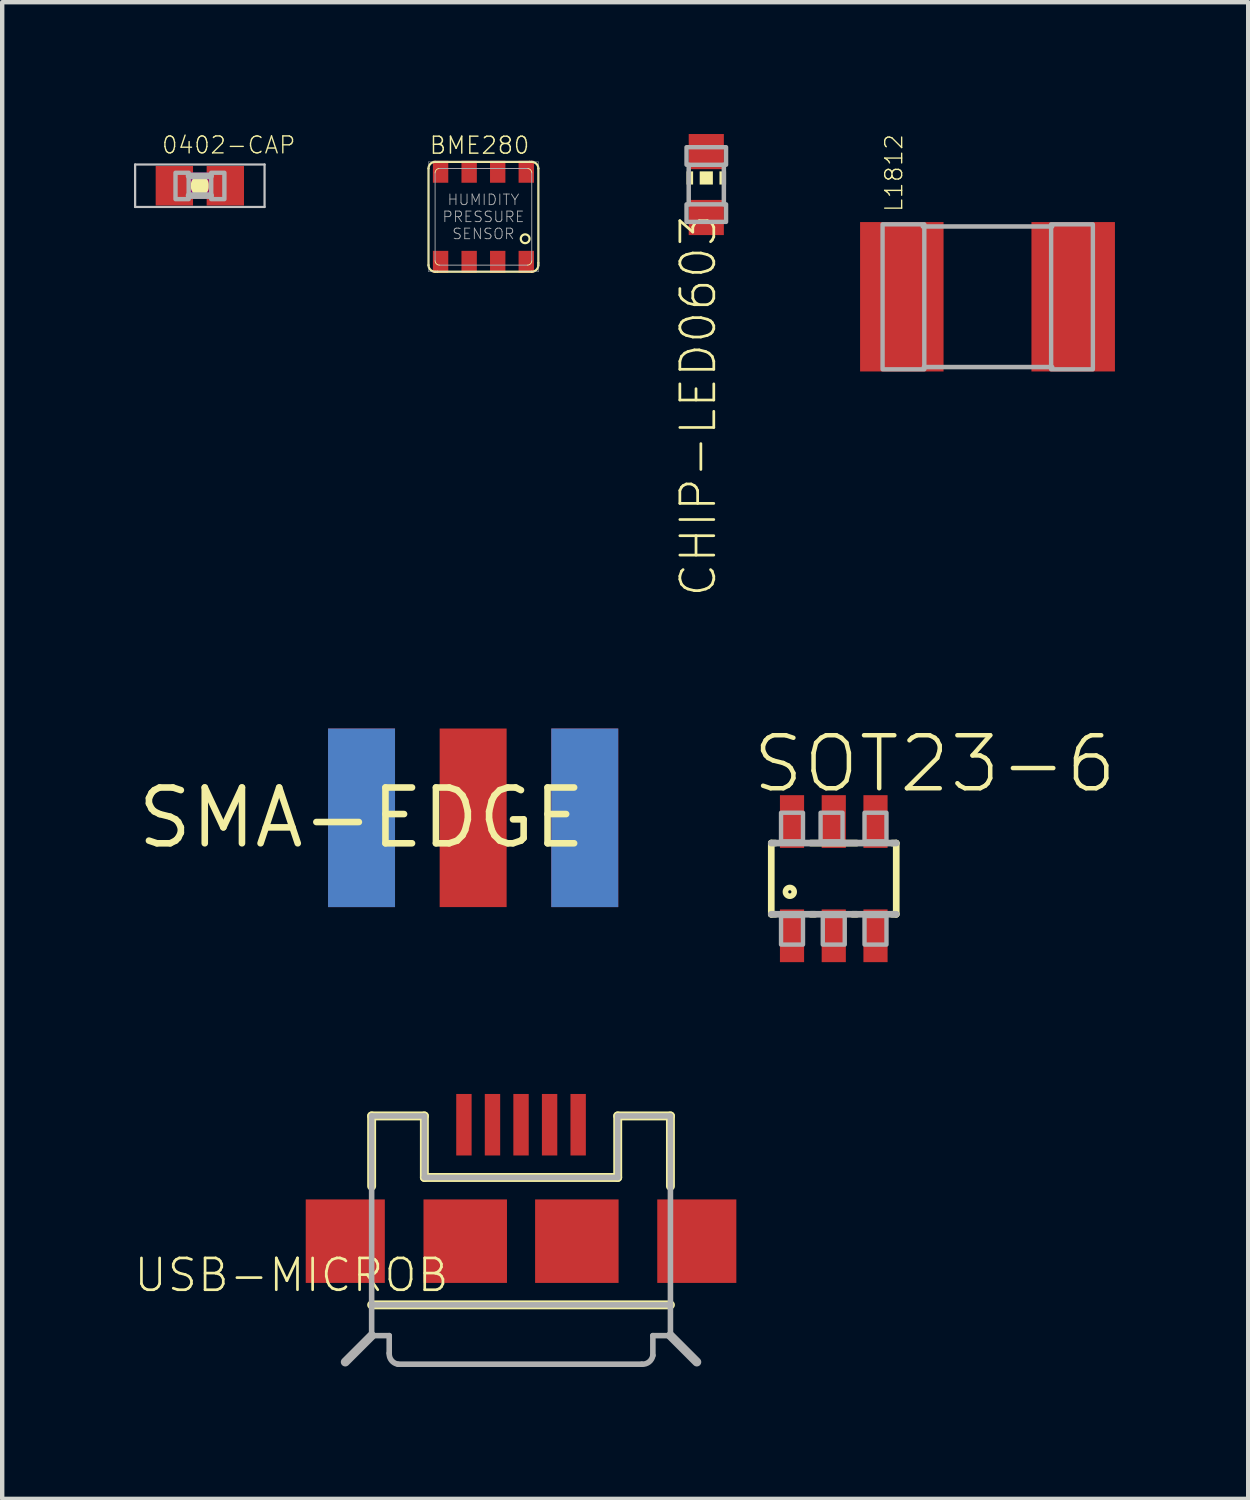
<source format=kicad_pcb>
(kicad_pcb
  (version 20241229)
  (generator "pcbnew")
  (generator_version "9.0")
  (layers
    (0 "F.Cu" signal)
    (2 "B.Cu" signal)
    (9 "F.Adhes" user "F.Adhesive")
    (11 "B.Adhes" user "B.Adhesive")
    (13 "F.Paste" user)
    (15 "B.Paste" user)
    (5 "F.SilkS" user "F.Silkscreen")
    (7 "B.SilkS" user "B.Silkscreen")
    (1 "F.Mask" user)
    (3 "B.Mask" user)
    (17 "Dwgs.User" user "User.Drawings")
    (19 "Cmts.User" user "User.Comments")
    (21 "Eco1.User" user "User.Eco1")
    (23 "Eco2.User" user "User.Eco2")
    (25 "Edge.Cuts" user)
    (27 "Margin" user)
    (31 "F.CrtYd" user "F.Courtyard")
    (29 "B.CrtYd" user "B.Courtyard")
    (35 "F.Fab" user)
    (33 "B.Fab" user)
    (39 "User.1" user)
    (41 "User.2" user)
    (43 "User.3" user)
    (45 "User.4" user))
  (footprint "SOT23-6"
    (layer "F.Cu")
    (at 15.925 16.947)
    (property "Reference" "SOT23-6" (at -1.905 -1.905 0) (layer "F.SilkS") (effects (font (size 1.206 1.206) (thickness 0.102)) (justify left bottom)))
    (attr through_hole)
    (fp_line (start -1.422 -0.81) (end -1.328 -0.81) (stroke (width 0.152) (type solid)) (layer "F.SilkS"))
    (fp_line (start -1.422 0.81) (end -1.422 -0.81) (stroke (width 0.152) (type solid)) (layer "F.SilkS"))
    (fp_line (start -1.328 0.81) (end -1.422 0.81) (stroke (width 0.152) (type solid)) (layer "F.SilkS"))
    (fp_line (start -0.522 -0.81) (end 0.522 -0.81) (stroke (width 0.152) (type solid)) (layer "F.SilkS"))
    (fp_line (start -0.428 0.81) (end -0.522 0.81) (stroke (width 0.152) (type solid)) (layer "F.SilkS"))
    (fp_line (start 0.522 0.81) (end 0.428 0.81) (stroke (width 0.152) (type solid)) (layer "F.SilkS"))
    (fp_line (start 1.328 -0.81) (end 1.422 -0.81) (stroke (width 0.152) (type solid)) (layer "F.SilkS"))
    (fp_line (start 1.422 -0.81) (end 1.422 0.81) (stroke (width 0.152) (type solid)) (layer "F.SilkS"))
    (fp_line (start 1.422 0.81) (end 1.328 0.81) (stroke (width 0.152) (type solid)) (layer "F.SilkS"))
    (fp_circle (center -1 0.3) (end -0.9 0.3) (stroke (width 0.127) (type solid)) (fill no) (layer "F.SilkS"))
    (fp_line (start -1.422 -0.81) (end 1.422 -0.81) (stroke (width 0.152) (type solid)) (layer "F.Fab"))
    (fp_line (start 1.422 0.81) (end -1.422 0.81) (stroke (width 0.152) (type solid)) (layer "F.Fab"))
    (fp_poly (pts (xy -1.2 -0.85) (xy -0.7 -0.85) (xy -0.7 -1.5) (xy -1.2 -1.5)) (stroke (width 0.1) (type solid)) (fill no) (layer "F.Fab"))
    (fp_poly (pts (xy -1.2 1.5) (xy -0.7 1.5) (xy -0.7 0.85) (xy -1.2 0.85)) (stroke (width 0.1) (type solid)) (fill no) (layer "F.Fab"))
    (fp_poly (pts (xy -0.3 -0.85) (xy 0.2 -0.85) (xy 0.2 -1.5) (xy -0.3 -1.5)) (stroke (width 0.1) (type solid)) (fill no) (layer "F.Fab"))
    (fp_poly (pts (xy -0.25 1.5) (xy 0.25 1.5) (xy 0.25 0.85) (xy -0.25 0.85)) (stroke (width 0.1) (type solid)) (fill no) (layer "F.Fab"))
    (fp_poly (pts (xy 0.7 -0.85) (xy 1.2 -0.85) (xy 1.2 -1.5) (xy 0.7 -1.5)) (stroke (width 0.1) (type solid)) (fill no) (layer "F.Fab"))
    (fp_poly (pts (xy 0.7 1.5) (xy 1.2 1.5) (xy 1.2 0.85) (xy 0.7 0.85)) (stroke (width 0.1) (type solid)) (fill no) (layer "F.Fab"))
    (pad "1" smd rect (at -0.95 1.3) (size 0.55 1.2) (layers "F.Cu" "F.Mask" "F.Paste"))
    (pad "2" smd rect (at 0 1.3) (size 0.55 1.2) (layers "F.Cu" "F.Mask" "F.Paste"))
    (pad "3" smd rect (at 0.95 1.3) (size 0.55 1.2) (layers "F.Cu" "F.Mask" "F.Paste"))
    (pad "4" smd rect (at 0.95 -1.3) (size 0.55 1.2) (layers "F.Cu" "F.Mask" "F.Paste"))
    (pad "5" smd rect (at 0 -1.3) (size 0.55 1.2) (layers "F.Cu" "F.Mask" "F.Paste"))
    (pad "6" smd rect (at -0.95 -1.3) (size 0.55 1.2) (layers "F.Cu" "F.Mask" "F.Paste")))
  (footprint "SMA-EDGE"
    (layer "F.Cu")
    (at 5.178 15.562)
    (property "Reference" "SMA-EDGE" (at 0 0 0) (layer "F.SilkS") (effects (font (size 1.27 1.27) (thickness 0.15))))
    (attr through_hole)
    (pad "GND@0" smd rect (at 0 0) (size 1.524 4.064) (layers "F.Cu" "F.Mask"))
    (pad "GND@1" smd rect (at 5.08 0) (size 1.524 4.064) (layers "F.Cu" "F.Mask"))
    (pad "GND@2" smd rect (at 0 0) (size 1.524 4.064) (layers "B.Cu" "B.Mask" "B.Paste"))
    (pad "GND@3" smd rect (at 5.08 0) (size 1.524 4.064) (layers "B.Cu" "B.Mask" "B.Paste"))
    (pad "SIG" smd rect (at 2.54 0) (size 1.524 4.064) (layers "F.Cu" "F.Mask")))
  (footprint "0402-CAP"
    (layer "F.Cu")
    (at 1.498 1.177)
    (property "Reference" "0402-CAP" (at -0.889 -0.699 0) (layer "F.SilkS") (effects (font (size 0.386 0.386) (thickness 0.031)) (justify left bottom)))
    (attr through_hole)
    (fp_line (start 0 -0.03) (end 0 0.03) (stroke (width 0.406) (type solid)) (layer "F.SilkS"))
    (fp_poly (pts (xy -0.2 0.3) (xy 0.2 0.3) (xy 0.2 -0.3) (xy -0.2 -0.3)) (stroke (width 0) (type solid)) (fill yes) (layer "F.Adhes"))
    (fp_line (start -1.473 -0.483) (end 1.473 -0.483) (stroke (width 0.051) (type solid)) (layer "Dwgs.User"))
    (fp_line (start -1.473 0.483) (end -1.473 -0.483) (stroke (width 0.051) (type solid)) (layer "Dwgs.User"))
    (fp_line (start 1.473 -0.483) (end 1.473 0.483) (stroke (width 0.051) (type solid)) (layer "Dwgs.User"))
    (fp_line (start 1.473 0.483) (end -1.473 0.483) (stroke (width 0.051) (type solid)) (layer "Dwgs.User"))
    (fp_line (start -0.245 -0.224) (end 0.245 -0.224) (stroke (width 0.152) (type solid)) (layer "F.Fab"))
    (fp_line (start 0.245 0.224) (end -0.245 0.224) (stroke (width 0.152) (type solid)) (layer "F.Fab"))
    (fp_poly (pts (xy -0.554 0.305) (xy -0.254 0.305) (xy -0.254 -0.295) (xy -0.554 -0.295)) (stroke (width 0.1) (type solid)) (fill no) (layer "F.Fab"))
    (fp_poly (pts (xy 0.259 0.305) (xy 0.559 0.305) (xy 0.559 -0.295) (xy 0.259 -0.295)) (stroke (width 0.1) (type solid)) (fill no) (layer "F.Fab"))
    (pad "1" smd rect (at -0.58 0) (size 0.85 0.9) (layers "F.Cu" "F.Mask" "F.Paste"))
    (pad "2" smd rect (at 0.58 0) (size 0.85 0.9) (layers "F.Cu" "F.Mask" "F.Paste")))
  (footprint "BME280"
    (layer "F.Cu")
    (at 7.952 1.884)
    (property "Reference" "BME280" (at -1.25 -1.4 0) (layer "F.SilkS") (effects (font (size 0.386 0.386) (thickness 0.033)) (justify left bottom)))
    (attr through_hole)
    (fp_line (start -1.25 1.1) (end -1.25 -1.1) (stroke (width 0.05) (type solid)) (layer "F.SilkS"))
    (fp_line (start -1.1 -1.25) (end 1.05 -1.25) (stroke (width 0.05) (type solid)) (layer "F.SilkS"))
    (fp_line (start -1.05 1.25) (end -1.1 1.25) (stroke (width 0.05) (type solid)) (layer "F.SilkS"))
    (fp_line (start 1.05 -1.25) (end 1.1 -1.25) (stroke (width 0.05) (type solid)) (layer "F.SilkS"))
    (fp_line (start 1.1 1.25) (end -1.05 1.25) (stroke (width 0.05) (type solid)) (layer "F.SilkS"))
    (fp_line (start 1.25 -1.1) (end 1.25 1.05) (stroke (width 0.05) (type solid)) (layer "F.SilkS"))
    (fp_line (start 1.25 1.05) (end 1.25 1.1) (stroke (width 0.05) (type solid)) (layer "F.SilkS"))
    (fp_arc (start -1.25 -1.1) (mid -1.206066 -1.206066) (end -1.1 -1.25) (stroke (width 0.05) (type solid)) (layer "F.SilkS"))
    (fp_arc (start -1.1 -1) (mid -1.070711 -1.070711) (end -1 -1.1) (stroke (width 0.02) (type solid)) (layer "F.SilkS"))
    (fp_arc (start -1.1 1.25) (mid -1.206066 1.206066) (end -1.25 1.1) (stroke (width 0.05) (type solid)) (layer "F.SilkS"))
    (fp_arc (start -1 1.1) (mid -1.070711 1.070711) (end -1.1 1) (stroke (width 0.02) (type solid)) (layer "F.SilkS"))
    (fp_arc (start 1 -1.1) (mid 1.070711 -1.070711) (end 1.1 -1) (stroke (width 0.02) (type solid)) (layer "F.SilkS"))
    (fp_arc (start 1.1 -1.25) (mid 1.206066 -1.206066) (end 1.25 -1.1) (stroke (width 0.05) (type solid)) (layer "F.SilkS"))
    (fp_arc (start 1.1 1) (mid 1.070711 1.070711) (end 1 1.1) (stroke (width 0.02) (type solid)) (layer "F.SilkS"))
    (fp_arc (start 1.25 1.1) (mid 1.206066 1.206066) (end 1.1 1.25) (stroke (width 0.05) (type solid)) (layer "F.SilkS"))
    (fp_circle (center 0.95 0.5) (end 1.05 0.5) (stroke (width 0.05) (type solid)) (fill no) (layer "F.SilkS"))
    (fp_line (start -1.25 -1.25) (end 1.25 -1.25) (stroke (width 0.01) (type solid)) (layer "Dwgs.User"))
    (fp_line (start -1.25 1.25) (end -1.25 -1.25) (stroke (width 0.01) (type solid)) (layer "Dwgs.User"))
    (fp_line (start 1.25 -1.25) (end 1.25 1.25) (stroke (width 0.01) (type solid)) (layer "Dwgs.User"))
    (fp_line (start 1.25 1.25) (end -1.25 1.25) (stroke (width 0.01) (type solid)) (layer "Dwgs.User"))
    (fp_line (start -1.1 -1) (end -1.1 1) (stroke (width 0.02) (type solid)) (layer "F.Fab"))
    (fp_line (start -1 1.1) (end 1 1.1) (stroke (width 0.02) (type solid)) (layer "F.Fab"))
    (fp_line (start 1 -1.1) (end -1 -1.1) (stroke (width 0.02) (type solid)) (layer "F.Fab"))
    (fp_line (start 1.1 1) (end 1.1 -1) (stroke (width 0.02) (type solid)) (layer "F.Fab"))
    (fp_text user "HUMIDITY\nPRESSURE\nSENSOR" (at 0 0 0) (layer "F.Fab") (effects (font (size 0.241 0.241) (thickness 0.02))))
    (pad "1" smd rect (at 0.975 1.025 180) (size 0.35 0.5) (layers "F.Cu" "F.Mask" "F.Paste"))
    (pad "2" smd rect (at 0.325 1.025 180) (size 0.35 0.5) (layers "F.Cu" "F.Mask" "F.Paste"))
    (pad "3" smd rect (at -0.325 1.025 180) (size 0.35 0.5) (layers "F.Cu" "F.Mask" "F.Paste"))
    (pad "4" smd rect (at -0.975 1.025 180) (size 0.35 0.5) (layers "F.Cu" "F.Mask" "F.Paste"))
    (pad "5" smd rect (at -0.975 -1.025) (size 0.35 0.5) (layers "F.Cu" "F.Mask" "F.Paste"))
    (pad "6" smd rect (at -0.325 -1.025) (size 0.35 0.5) (layers "F.Cu" "F.Mask" "F.Paste"))
    (pad "7" smd rect (at 0.325 -1.025) (size 0.35 0.5) (layers "F.Cu" "F.Mask" "F.Paste"))
    (pad "8" smd rect (at 0.975 -1.025) (size 0.35 0.5) (layers "F.Cu" "F.Mask" "F.Paste")))
  (footprint "CHIP-LED0603"
    (layer "F.Cu")
    (at 13.024 1.15)
    (property "Reference" "CHIP-LED0603" (at -0.635 0.635 90) (layer "F.SilkS") (effects (font (size 0.772 0.772) (thickness 0.062)) (justify right top)))
    (attr through_hole)
    (fp_poly (pts (xy -0.45 0) (xy -0.3 0) (xy -0.3 -0.3) (xy -0.45 -0.3)) (stroke (width 0) (type solid)) (fill yes) (layer "F.SilkS"))
    (fp_poly (pts (xy -0.15 0) (xy 0.15 0) (xy 0.15 -0.3) (xy -0.15 -0.3)) (stroke (width 0) (type solid)) (fill yes) (layer "F.SilkS"))
    (fp_poly (pts (xy 0.3 0) (xy 0.45 0) (xy 0.45 -0.3) (xy 0.3 -0.3)) (stroke (width 0) (type solid)) (fill yes) (layer "F.SilkS"))
    (fp_line (start -0.4 -0.45) (end -0.4 0.45) (stroke (width 0.102) (type solid)) (layer "F.Fab"))
    (fp_line (start 0.4 -0.45) (end 0.4 0.45) (stroke (width 0.102) (type solid)) (layer "F.Fab"))
    (fp_poly (pts (xy -0.45 -0.45) (xy 0.45 -0.45) (xy 0.45 -0.85) (xy -0.45 -0.85)) (stroke (width 0.1) (type solid)) (fill no) (layer "F.Fab"))
    (fp_poly (pts (xy -0.45 0.85) (xy 0.45 0.85) (xy 0.45 0.45) (xy -0.45 0.45)) (stroke (width 0.1) (type solid)) (fill no) (layer "F.Fab"))
    (pad "A" smd rect (at 0 0.75) (size 0.8 0.8) (layers "F.Cu" "F.Mask" "F.Paste"))
    (pad "C" smd rect (at 0 -0.75) (size 0.8 0.8) (layers "F.Cu" "F.Mask" "F.Paste")))
  (footprint "USB-MICROB"
    (layer "F.Cu")
    (at 8.808 25.197)
    (property "Reference" "USB-MICROB" (at -1.6 0.35 0) (layer "F.SilkS") (effects (font (size 0.724 0.724) (thickness 0.061)) (justify right top)))
    (attr through_hole)
    (fp_line (start -3.4 -2.85) (end -2.2 -2.85) (stroke (width 0.203) (type solid)) (layer "F.SilkS"))
    (fp_line (start -3.4 -1.25) (end -3.4 -2.85) (stroke (width 0.203) (type solid)) (layer "F.SilkS"))
    (fp_line (start -3.4 1.45) (end 3.4 1.45) (stroke (width 0.203) (type solid)) (layer "F.SilkS"))
    (fp_line (start -2.2 -2.85) (end -2.2 -1.45) (stroke (width 0.203) (type solid)) (layer "F.SilkS"))
    (fp_line (start -2.2 -1.45) (end 2.2 -1.45) (stroke (width 0.203) (type solid)) (layer "F.SilkS"))
    (fp_line (start 2.2 -1.45) (end 2.2 -2.85) (stroke (width 0.203) (type solid)) (layer "F.SilkS"))
    (fp_line (start 3.4 -2.85) (end 2.2 -2.85) (stroke (width 0.203) (type solid)) (layer "F.SilkS"))
    (fp_line (start 3.4 -1.25) (end 3.4 -2.85) (stroke (width 0.203) (type solid)) (layer "F.SilkS"))
    (fp_line (start -3.4 -2.85) (end -2.2 -2.85) (stroke (width 0.127) (type solid)) (layer "F.Fab"))
    (fp_line (start -3.4 1.45) (end -3.4 -2.85) (stroke (width 0.127) (type solid)) (layer "F.Fab"))
    (fp_line (start -3.4 1.45) (end 3.4 1.45) (stroke (width 0.127) (type solid)) (layer "F.Fab"))
    (fp_line (start -3.4 2.15) (end -4 2.75) (stroke (width 0.203) (type solid)) (layer "F.Fab"))
    (fp_line (start -3.4 2.15) (end -3.4 1.45) (stroke (width 0.127) (type solid)) (layer "F.Fab"))
    (fp_line (start -3.4 2.15) (end -3 2.15) (stroke (width 0.127) (type solid)) (layer "F.Fab"))
    (fp_line (start -3 2.15) (end -3 2.55) (stroke (width 0.127) (type solid)) (layer "F.Fab"))
    (fp_line (start -2.8 2.8) (end 2.75 2.8) (stroke (width 0.127) (type solid)) (layer "F.Fab"))
    (fp_line (start -2.2 -1.45) (end -2.2 -2.85) (stroke (width 0.127) (type solid)) (layer "F.Fab"))
    (fp_line (start -2.2 -1.45) (end 2.2 -1.45) (stroke (width 0.127) (type solid)) (layer "F.Fab"))
    (fp_line (start 2.2 -1.45) (end 2.2 -2.85) (stroke (width 0.127) (type solid)) (layer "F.Fab"))
    (fp_line (start 3 2.15) (end 3.4 2.15) (stroke (width 0.127) (type solid)) (layer "F.Fab"))
    (fp_line (start 3 2.6) (end 3 2.15) (stroke (width 0.127) (type solid)) (layer "F.Fab"))
    (fp_line (start 3.4 -2.85) (end 2.2 -2.85) (stroke (width 0.127) (type solid)) (layer "F.Fab"))
    (fp_line (start 3.4 -2.85) (end 3.4 1.45) (stroke (width 0.127) (type solid)) (layer "F.Fab"))
    (fp_line (start 3.4 1.45) (end 3.4 2.15) (stroke (width 0.127) (type solid)) (layer "F.Fab"))
    (fp_line (start 3.4 2.15) (end 4 2.75) (stroke (width 0.203) (type solid)) (layer "F.Fab"))
    (fp_arc (start -2.799998 2.8) (mid -2.948325 2.713661) (end -3 2.55) (stroke (width 0.127) (type solid)) (layer "F.Fab"))
    (fp_arc (start 3 2.599998) (mid 2.913661 2.748325) (end 2.75 2.8) (stroke (width 0.127) (type solid)) (layer "F.Fab"))
    (pad "D+" smd rect (at 0 -2.65 90) (size 1.4 0.35) (layers "F.Cu" "F.Mask" "F.Paste"))
    (pad "D-" smd rect (at -0.65 -2.65 90) (size 1.4 0.35) (layers "F.Cu" "F.Mask" "F.Paste"))
    (pad "GND" smd rect (at 1.3 -2.65 90) (size 1.4 0.35) (layers "F.Cu" "F.Mask" "F.Paste"))
    (pad "ID" smd rect (at 0.65 -2.65 90) (size 1.4 0.35) (layers "F.Cu" "F.Mask" "F.Paste"))
    (pad "MT1" smd rect (at -4 0) (size 1.8 1.9) (layers "F.Cu" "F.Mask" "F.Paste"))
    (pad "MT2" smd rect (at 4 0) (size 1.8 1.9) (layers "F.Cu" "F.Mask" "F.Paste"))
    (pad "P$1" smd rect (at -1.27 0) (size 1.9 1.9) (layers "F.Cu" "F.Mask" "F.Paste"))
    (pad "P$2" smd rect (at 1.27 0) (size 1.9 1.9) (layers "F.Cu" "F.Mask" "F.Paste"))
    (pad "VBUS" smd rect (at -1.3 -2.65 90) (size 1.4 0.35) (layers "F.Cu" "F.Mask" "F.Paste")))
  (footprint "L1812"
    (layer "F.Cu")
    (at 19.424 3.704)
    (property "Reference" "L1812" (at -1.905 -1.905 90) (layer "F.SilkS") (effects (font (size 0.386 0.386) (thickness 0.031)) (justify left bottom)))
    (attr through_hole)
    (fp_line (start -1.473 -1.6) (end 1.473 -1.6) (stroke (width 0.102) (type solid)) (layer "F.Fab"))
    (fp_line (start -1.448 1.6) (end 1.473 1.6) (stroke (width 0.102) (type solid)) (layer "F.Fab"))
    (fp_poly (pts (xy -2.388 1.651) (xy -1.438 1.651) (xy -1.438 -1.649) (xy -2.388 -1.649)) (stroke (width 0.1) (type solid)) (fill no) (layer "F.Fab"))
    (fp_poly (pts (xy 1.448 1.651) (xy 2.398 1.651) (xy 2.398 -1.649) (xy 1.448 -1.649)) (stroke (width 0.1) (type solid)) (fill no) (layer "F.Fab"))
    (pad "1" smd rect (at -1.95 0) (size 1.9 3.4) (layers "F.Cu" "F.Mask" "F.Paste"))
    (pad "2" smd rect (at 1.95 0) (size 1.9 3.4) (layers "F.Cu" "F.Mask" "F.Paste")))
  (gr_rect
    (start -3 -3)
    (end 25.357 31.061)
    (stroke (width 0.1) (type default))
    (fill no)
    (layer "Edge.Cuts")))
</source>
